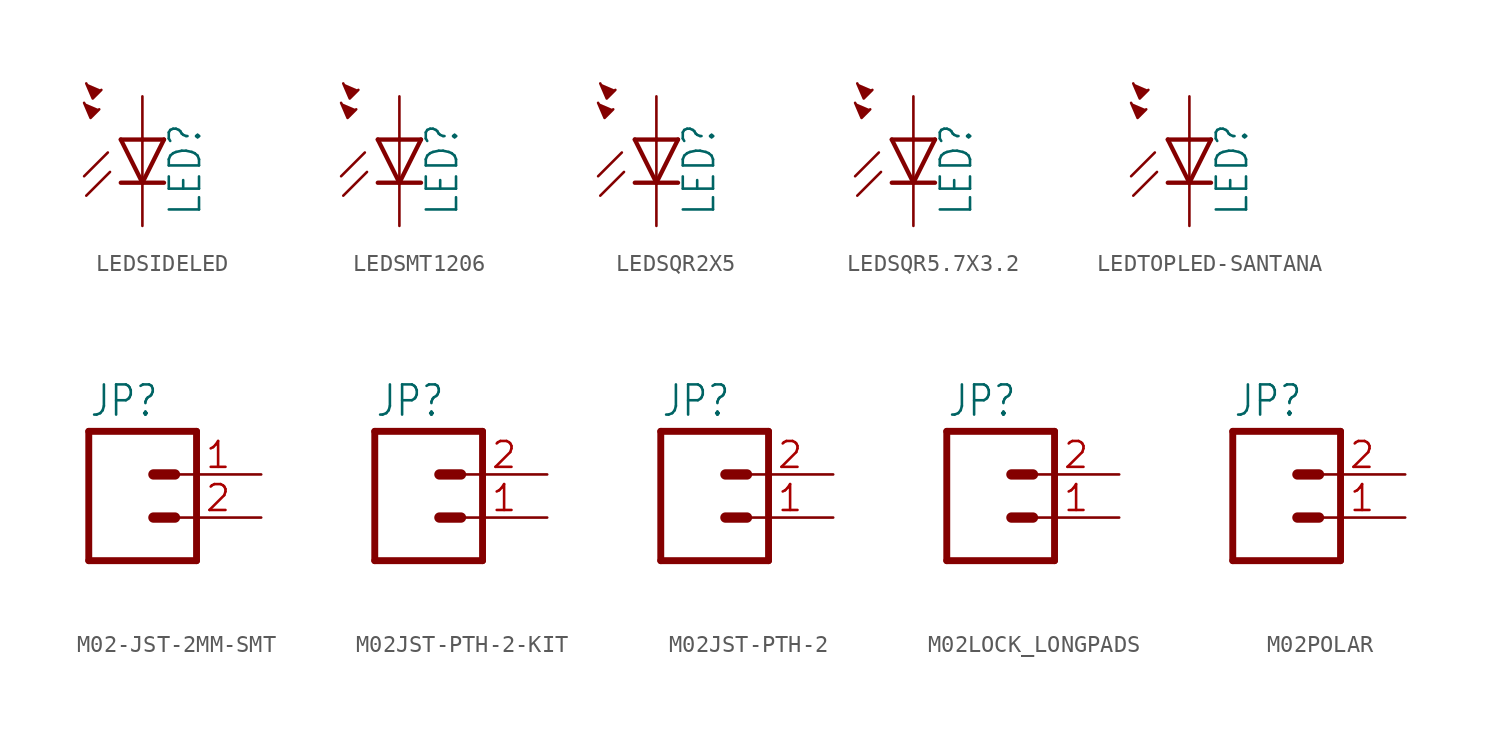
<source format=kicad_sym>
(kicad_symbol_lib
  (version 20241209)
  (generator "kicad_symbol_editor")
  (generator_version "9.0")
  (symbol "LEDSIDELED"
    (property "Reference" "LED"
      (at 3.556 -4.572 90)
      (effects (font (size 1.778 1.511)) (justify left bottom)))
    (property "Value" ""
      (at 5.715 -4.572 90)
      (effects (font (size 1.778 1.511)) (justify left bottom)))
    (property "ki_locked" ""
      (at 0 0 0)
      (effects (font (size 1.27 1.27))))
    (symbol "LEDSIDELED_1_0"
      (polyline (pts (xy -3.429 2.159) (xy -3.048 1.27) (xy -2.54 1.778)) (stroke (width 0.152) (type solid)) (fill (type outline)))
      (polyline (pts (xy -3.302 3.302) (xy -2.921 2.413) (xy -2.413 2.921)) (stroke (width 0.152) (type solid)) (fill (type outline)))
      (polyline (pts (xy -2.032 -0.762) (xy -3.429 -2.159)) (stroke (width 0.152) (type solid)) (fill (type none)))
      (polyline (pts (xy -1.905 -1.905) (xy -3.302 -3.302)) (stroke (width 0.152) (type solid)) (fill (type none)))
      (polyline (pts (xy 0 0) (xy -1.27 0)) (stroke (width 0.254) (type solid)) (fill (type none)))
      (polyline (pts (xy 0 0) (xy 0 -2.54)) (stroke (width 0.152) (type solid)) (fill (type none)))
      (polyline (pts (xy 0 -2.54) (xy -1.27 0)) (stroke (width 0.254) (type solid)) (fill (type none)))
      (polyline (pts (xy 0 -2.54) (xy -1.27 -2.54)) (stroke (width 0.254) (type solid)) (fill (type none)))
      (polyline (pts (xy 1.27 0) (xy 0 0)) (stroke (width 0.254) (type solid)) (fill (type none)))
      (polyline (pts (xy 1.27 0) (xy 0 -2.54)) (stroke (width 0.254) (type solid)) (fill (type none)))
      (polyline (pts (xy 1.27 -2.54) (xy 0 -2.54)) (stroke (width 0.254) (type solid)) (fill (type none)))
      (pin passive line (at 0 2.54 270) (length 2.54) (name "A" (effects (font (size 0 0)))) (number "A" (effects (font (size 0 0)))))
      (pin passive line (at 0 -5.08 90) (length 2.54) (name "C" (effects (font (size 0 0)))) (number "C" (effects (font (size 0 0)))))))
  (symbol "LEDSMT1206"
    (property "Reference" "LED"
      (at 3.556 -4.572 90)
      (effects (font (size 1.778 1.511)) (justify left bottom)))
    (property "Value" ""
      (at 5.715 -4.572 90)
      (effects (font (size 1.778 1.511)) (justify left bottom)))
    (property "ki_locked" ""
      (at 0 0 0)
      (effects (font (size 1.27 1.27))))
    (symbol "LEDSMT1206_1_0"
      (polyline (pts (xy -3.429 2.159) (xy -3.048 1.27) (xy -2.54 1.778)) (stroke (width 0.152) (type solid)) (fill (type outline)))
      (polyline (pts (xy -3.302 3.302) (xy -2.921 2.413) (xy -2.413 2.921)) (stroke (width 0.152) (type solid)) (fill (type outline)))
      (polyline (pts (xy -2.032 -0.762) (xy -3.429 -2.159)) (stroke (width 0.152) (type solid)) (fill (type none)))
      (polyline (pts (xy -1.905 -1.905) (xy -3.302 -3.302)) (stroke (width 0.152) (type solid)) (fill (type none)))
      (polyline (pts (xy 0 0) (xy -1.27 0)) (stroke (width 0.254) (type solid)) (fill (type none)))
      (polyline (pts (xy 0 0) (xy 0 -2.54)) (stroke (width 0.152) (type solid)) (fill (type none)))
      (polyline (pts (xy 0 -2.54) (xy -1.27 0)) (stroke (width 0.254) (type solid)) (fill (type none)))
      (polyline (pts (xy 0 -2.54) (xy -1.27 -2.54)) (stroke (width 0.254) (type solid)) (fill (type none)))
      (polyline (pts (xy 1.27 0) (xy 0 0)) (stroke (width 0.254) (type solid)) (fill (type none)))
      (polyline (pts (xy 1.27 0) (xy 0 -2.54)) (stroke (width 0.254) (type solid)) (fill (type none)))
      (polyline (pts (xy 1.27 -2.54) (xy 0 -2.54)) (stroke (width 0.254) (type solid)) (fill (type none)))
      (pin passive line (at 0 2.54 270) (length 2.54) (name "A" (effects (font (size 0 0)))) (number "A" (effects (font (size 0 0)))))
      (pin passive line (at 0 -5.08 90) (length 2.54) (name "C" (effects (font (size 0 0)))) (number "C" (effects (font (size 0 0)))))))
  (symbol "LEDSQR2X5"
    (property "Reference" "LED"
      (at 3.556 -4.572 90)
      (effects (font (size 1.778 1.511)) (justify left bottom)))
    (property "Value" ""
      (at 5.715 -4.572 90)
      (effects (font (size 1.778 1.511)) (justify left bottom)))
    (property "ki_locked" ""
      (at 0 0 0)
      (effects (font (size 1.27 1.27))))
    (symbol "LEDSQR2X5_1_0"
      (polyline (pts (xy -3.429 2.159) (xy -3.048 1.27) (xy -2.54 1.778)) (stroke (width 0.152) (type solid)) (fill (type outline)))
      (polyline (pts (xy -3.302 3.302) (xy -2.921 2.413) (xy -2.413 2.921)) (stroke (width 0.152) (type solid)) (fill (type outline)))
      (polyline (pts (xy -2.032 -0.762) (xy -3.429 -2.159)) (stroke (width 0.152) (type solid)) (fill (type none)))
      (polyline (pts (xy -1.905 -1.905) (xy -3.302 -3.302)) (stroke (width 0.152) (type solid)) (fill (type none)))
      (polyline (pts (xy 0 0) (xy -1.27 0)) (stroke (width 0.254) (type solid)) (fill (type none)))
      (polyline (pts (xy 0 0) (xy 0 -2.54)) (stroke (width 0.152) (type solid)) (fill (type none)))
      (polyline (pts (xy 0 -2.54) (xy -1.27 0)) (stroke (width 0.254) (type solid)) (fill (type none)))
      (polyline (pts (xy 0 -2.54) (xy -1.27 -2.54)) (stroke (width 0.254) (type solid)) (fill (type none)))
      (polyline (pts (xy 1.27 0) (xy 0 0)) (stroke (width 0.254) (type solid)) (fill (type none)))
      (polyline (pts (xy 1.27 0) (xy 0 -2.54)) (stroke (width 0.254) (type solid)) (fill (type none)))
      (polyline (pts (xy 1.27 -2.54) (xy 0 -2.54)) (stroke (width 0.254) (type solid)) (fill (type none)))
      (pin passive line (at 0 2.54 270) (length 2.54) (name "A" (effects (font (size 0 0)))) (number "A" (effects (font (size 0 0)))))
      (pin passive line (at 0 -5.08 90) (length 2.54) (name "C" (effects (font (size 0 0)))) (number "K" (effects (font (size 0 0)))))))
  (symbol "LEDSQR5.7X3.2"
    (property "Reference" "LED"
      (at 3.556 -4.572 90)
      (effects (font (size 1.778 1.511)) (justify left bottom)))
    (property "Value" ""
      (at 5.715 -4.572 90)
      (effects (font (size 1.778 1.511)) (justify left bottom)))
    (property "ki_locked" ""
      (at 0 0 0)
      (effects (font (size 1.27 1.27))))
    (symbol "LEDSQR5.7X3.2_1_0"
      (polyline (pts (xy -3.429 2.159) (xy -3.048 1.27) (xy -2.54 1.778)) (stroke (width 0.152) (type solid)) (fill (type outline)))
      (polyline (pts (xy -3.302 3.302) (xy -2.921 2.413) (xy -2.413 2.921)) (stroke (width 0.152) (type solid)) (fill (type outline)))
      (polyline (pts (xy -2.032 -0.762) (xy -3.429 -2.159)) (stroke (width 0.152) (type solid)) (fill (type none)))
      (polyline (pts (xy -1.905 -1.905) (xy -3.302 -3.302)) (stroke (width 0.152) (type solid)) (fill (type none)))
      (polyline (pts (xy 0 0) (xy -1.27 0)) (stroke (width 0.254) (type solid)) (fill (type none)))
      (polyline (pts (xy 0 0) (xy 0 -2.54)) (stroke (width 0.152) (type solid)) (fill (type none)))
      (polyline (pts (xy 0 -2.54) (xy -1.27 0)) (stroke (width 0.254) (type solid)) (fill (type none)))
      (polyline (pts (xy 0 -2.54) (xy -1.27 -2.54)) (stroke (width 0.254) (type solid)) (fill (type none)))
      (polyline (pts (xy 1.27 0) (xy 0 0)) (stroke (width 0.254) (type solid)) (fill (type none)))
      (polyline (pts (xy 1.27 0) (xy 0 -2.54)) (stroke (width 0.254) (type solid)) (fill (type none)))
      (polyline (pts (xy 1.27 -2.54) (xy 0 -2.54)) (stroke (width 0.254) (type solid)) (fill (type none)))
      (pin passive line (at 0 2.54 270) (length 2.54) (name "A" (effects (font (size 0 0)))) (number "A" (effects (font (size 0 0)))))
      (pin passive line (at 0 -5.08 90) (length 2.54) (name "C" (effects (font (size 0 0)))) (number "K" (effects (font (size 0 0)))))))
  (symbol "LEDTOPLED-SANTANA"
    (property "Reference" "LED"
      (at 3.556 -4.572 90)
      (effects (font (size 1.778 1.511)) (justify left bottom)))
    (property "Value" ""
      (at 5.715 -4.572 90)
      (effects (font (size 1.778 1.511)) (justify left bottom)))
    (property "ki_locked" ""
      (at 0 0 0)
      (effects (font (size 1.27 1.27))))
    (symbol "LEDTOPLED-SANTANA_1_0"
      (polyline (pts (xy -3.429 2.159) (xy -3.048 1.27) (xy -2.54 1.778)) (stroke (width 0.152) (type solid)) (fill (type outline)))
      (polyline (pts (xy -3.302 3.302) (xy -2.921 2.413) (xy -2.413 2.921)) (stroke (width 0.152) (type solid)) (fill (type outline)))
      (polyline (pts (xy -2.032 -0.762) (xy -3.429 -2.159)) (stroke (width 0.152) (type solid)) (fill (type none)))
      (polyline (pts (xy -1.905 -1.905) (xy -3.302 -3.302)) (stroke (width 0.152) (type solid)) (fill (type none)))
      (polyline (pts (xy 0 0) (xy -1.27 0)) (stroke (width 0.254) (type solid)) (fill (type none)))
      (polyline (pts (xy 0 0) (xy 0 -2.54)) (stroke (width 0.152) (type solid)) (fill (type none)))
      (polyline (pts (xy 0 -2.54) (xy -1.27 0)) (stroke (width 0.254) (type solid)) (fill (type none)))
      (polyline (pts (xy 0 -2.54) (xy -1.27 -2.54)) (stroke (width 0.254) (type solid)) (fill (type none)))
      (polyline (pts (xy 1.27 0) (xy 0 0)) (stroke (width 0.254) (type solid)) (fill (type none)))
      (polyline (pts (xy 1.27 0) (xy 0 -2.54)) (stroke (width 0.254) (type solid)) (fill (type none)))
      (polyline (pts (xy 1.27 -2.54) (xy 0 -2.54)) (stroke (width 0.254) (type solid)) (fill (type none)))
      (pin passive line (at 0 2.54 270) (length 2.54) (name "A" (effects (font (size 0 0)))) (number "A" (effects (font (size 0 0)))))
      (pin passive line (at 0 -5.08 90) (length 2.54) (name "C" (effects (font (size 0 0)))) (number "C" (effects (font (size 0 0)))))))
  (symbol "M02-JST-2MM-SMT"
    (property "Reference" "JP"
      (at -2.54 5.842 0)
      (effects (font (size 1.778 1.511)) (justify left bottom)))
    (property "Value" ""
      (at -2.54 -5.08 0)
      (effects (font (size 1.778 1.511)) (justify left bottom)))
    (property "ki_locked" ""
      (at 0 0 0)
      (effects (font (size 1.27 1.27))))
    (symbol "M02-JST-2MM-SMT_1_0"
      (polyline (pts (xy -2.54 5.08) (xy -2.54 -2.54)) (stroke (width 0.406) (type solid)) (fill (type none)))
      (polyline (pts (xy -2.54 5.08) (xy 3.81 5.08)) (stroke (width 0.406) (type solid)) (fill (type none)))
      (polyline (pts (xy 1.27 2.54) (xy 2.54 2.54)) (stroke (width 0.61) (type solid)) (fill (type none)))
      (polyline (pts (xy 1.27 0) (xy 2.54 0)) (stroke (width 0.61) (type solid)) (fill (type none)))
      (polyline (pts (xy 3.81 -2.54) (xy -2.54 -2.54)) (stroke (width 0.406) (type solid)) (fill (type none)))
      (polyline (pts (xy 3.81 -2.54) (xy 3.81 5.08)) (stroke (width 0.406) (type solid)) (fill (type none)))
      (pin passive line (at 7.62 2.54 180) (length 5.08) (name "2" (effects (font (size 0 0)))) (number "1" (effects (font (size 1.524 1.524)))))
      (pin passive line (at 7.62 0 180) (length 5.08) (name "1" (effects (font (size 0 0)))) (number "2" (effects (font (size 1.524 1.524)))))))
  (symbol "M02JST-PTH-2-KIT"
    (property "Reference" "JP"
      (at -2.54 5.842 0)
      (effects (font (size 1.778 1.511)) (justify left bottom)))
    (property "Value" ""
      (at -2.54 -5.08 0)
      (effects (font (size 1.778 1.511)) (justify left bottom)))
    (property "ki_locked" ""
      (at 0 0 0)
      (effects (font (size 1.27 1.27))))
    (symbol "M02JST-PTH-2-KIT_1_0"
      (polyline (pts (xy -2.54 5.08) (xy -2.54 -2.54)) (stroke (width 0.406) (type solid)) (fill (type none)))
      (polyline (pts (xy -2.54 5.08) (xy 3.81 5.08)) (stroke (width 0.406) (type solid)) (fill (type none)))
      (polyline (pts (xy 1.27 2.54) (xy 2.54 2.54)) (stroke (width 0.61) (type solid)) (fill (type none)))
      (polyline (pts (xy 1.27 0) (xy 2.54 0)) (stroke (width 0.61) (type solid)) (fill (type none)))
      (polyline (pts (xy 3.81 -2.54) (xy -2.54 -2.54)) (stroke (width 0.406) (type solid)) (fill (type none)))
      (polyline (pts (xy 3.81 -2.54) (xy 3.81 5.08)) (stroke (width 0.406) (type solid)) (fill (type none)))
      (pin passive line (at 7.62 2.54 180) (length 5.08) (name "2" (effects (font (size 0 0)))) (number "2" (effects (font (size 1.524 1.524)))))
      (pin passive line (at 7.62 0 180) (length 5.08) (name "1" (effects (font (size 0 0)))) (number "1" (effects (font (size 1.524 1.524)))))))
  (symbol "M02JST-PTH-2"
    (property "Reference" "JP"
      (at -2.54 5.842 0)
      (effects (font (size 1.778 1.511)) (justify left bottom)))
    (property "Value" ""
      (at -2.54 -5.08 0)
      (effects (font (size 1.778 1.511)) (justify left bottom)))
    (property "ki_locked" ""
      (at 0 0 0)
      (effects (font (size 1.27 1.27))))
    (symbol "M02JST-PTH-2_1_0"
      (polyline (pts (xy -2.54 5.08) (xy -2.54 -2.54)) (stroke (width 0.406) (type solid)) (fill (type none)))
      (polyline (pts (xy -2.54 5.08) (xy 3.81 5.08)) (stroke (width 0.406) (type solid)) (fill (type none)))
      (polyline (pts (xy 1.27 2.54) (xy 2.54 2.54)) (stroke (width 0.61) (type solid)) (fill (type none)))
      (polyline (pts (xy 1.27 0) (xy 2.54 0)) (stroke (width 0.61) (type solid)) (fill (type none)))
      (polyline (pts (xy 3.81 -2.54) (xy -2.54 -2.54)) (stroke (width 0.406) (type solid)) (fill (type none)))
      (polyline (pts (xy 3.81 -2.54) (xy 3.81 5.08)) (stroke (width 0.406) (type solid)) (fill (type none)))
      (pin passive line (at 7.62 2.54 180) (length 5.08) (name "2" (effects (font (size 0 0)))) (number "2" (effects (font (size 1.524 1.524)))))
      (pin passive line (at 7.62 0 180) (length 5.08) (name "1" (effects (font (size 0 0)))) (number "1" (effects (font (size 1.524 1.524)))))))
  (symbol "M02LOCK_LONGPADS"
    (property "Reference" "JP"
      (at -2.54 5.842 0)
      (effects (font (size 1.778 1.511)) (justify left bottom)))
    (property "Value" ""
      (at -2.54 -5.08 0)
      (effects (font (size 1.778 1.511)) (justify left bottom)))
    (property "ki_locked" ""
      (at 0 0 0)
      (effects (font (size 1.27 1.27))))
    (symbol "M02LOCK_LONGPADS_1_0"
      (polyline (pts (xy -2.54 5.08) (xy -2.54 -2.54)) (stroke (width 0.406) (type solid)) (fill (type none)))
      (polyline (pts (xy -2.54 5.08) (xy 3.81 5.08)) (stroke (width 0.406) (type solid)) (fill (type none)))
      (polyline (pts (xy 1.27 2.54) (xy 2.54 2.54)) (stroke (width 0.61) (type solid)) (fill (type none)))
      (polyline (pts (xy 1.27 0) (xy 2.54 0)) (stroke (width 0.61) (type solid)) (fill (type none)))
      (polyline (pts (xy 3.81 -2.54) (xy -2.54 -2.54)) (stroke (width 0.406) (type solid)) (fill (type none)))
      (polyline (pts (xy 3.81 -2.54) (xy 3.81 5.08)) (stroke (width 0.406) (type solid)) (fill (type none)))
      (pin passive line (at 7.62 2.54 180) (length 5.08) (name "2" (effects (font (size 0 0)))) (number "2" (effects (font (size 1.524 1.524)))))
      (pin passive line (at 7.62 0 180) (length 5.08) (name "1" (effects (font (size 0 0)))) (number "1" (effects (font (size 1.524 1.524)))))))
  (symbol "M02POLAR"
    (property "Reference" "JP"
      (at -2.54 5.842 0)
      (effects (font (size 1.778 1.511)) (justify left bottom)))
    (property "Value" ""
      (at -2.54 -5.08 0)
      (effects (font (size 1.778 1.511)) (justify left bottom)))
    (property "ki_locked" ""
      (at 0 0 0)
      (effects (font (size 1.27 1.27))))
    (symbol "M02POLAR_1_0"
      (polyline (pts (xy -2.54 5.08) (xy -2.54 -2.54)) (stroke (width 0.406) (type solid)) (fill (type none)))
      (polyline (pts (xy -2.54 5.08) (xy 3.81 5.08)) (stroke (width 0.406) (type solid)) (fill (type none)))
      (polyline (pts (xy 1.27 2.54) (xy 2.54 2.54)) (stroke (width 0.61) (type solid)) (fill (type none)))
      (polyline (pts (xy 1.27 0) (xy 2.54 0)) (stroke (width 0.61) (type solid)) (fill (type none)))
      (polyline (pts (xy 3.81 -2.54) (xy -2.54 -2.54)) (stroke (width 0.406) (type solid)) (fill (type none)))
      (polyline (pts (xy 3.81 -2.54) (xy 3.81 5.08)) (stroke (width 0.406) (type solid)) (fill (type none)))
      (pin passive line (at 7.62 2.54 180) (length 5.08) (name "2" (effects (font (size 0 0)))) (number "2" (effects (font (size 1.524 1.524)))))
      (pin passive line (at 7.62 0 180) (length 5.08) (name "1" (effects (font (size 0 0)))) (number "1" (effects (font (size 1.524 1.524))))))))
</source>
